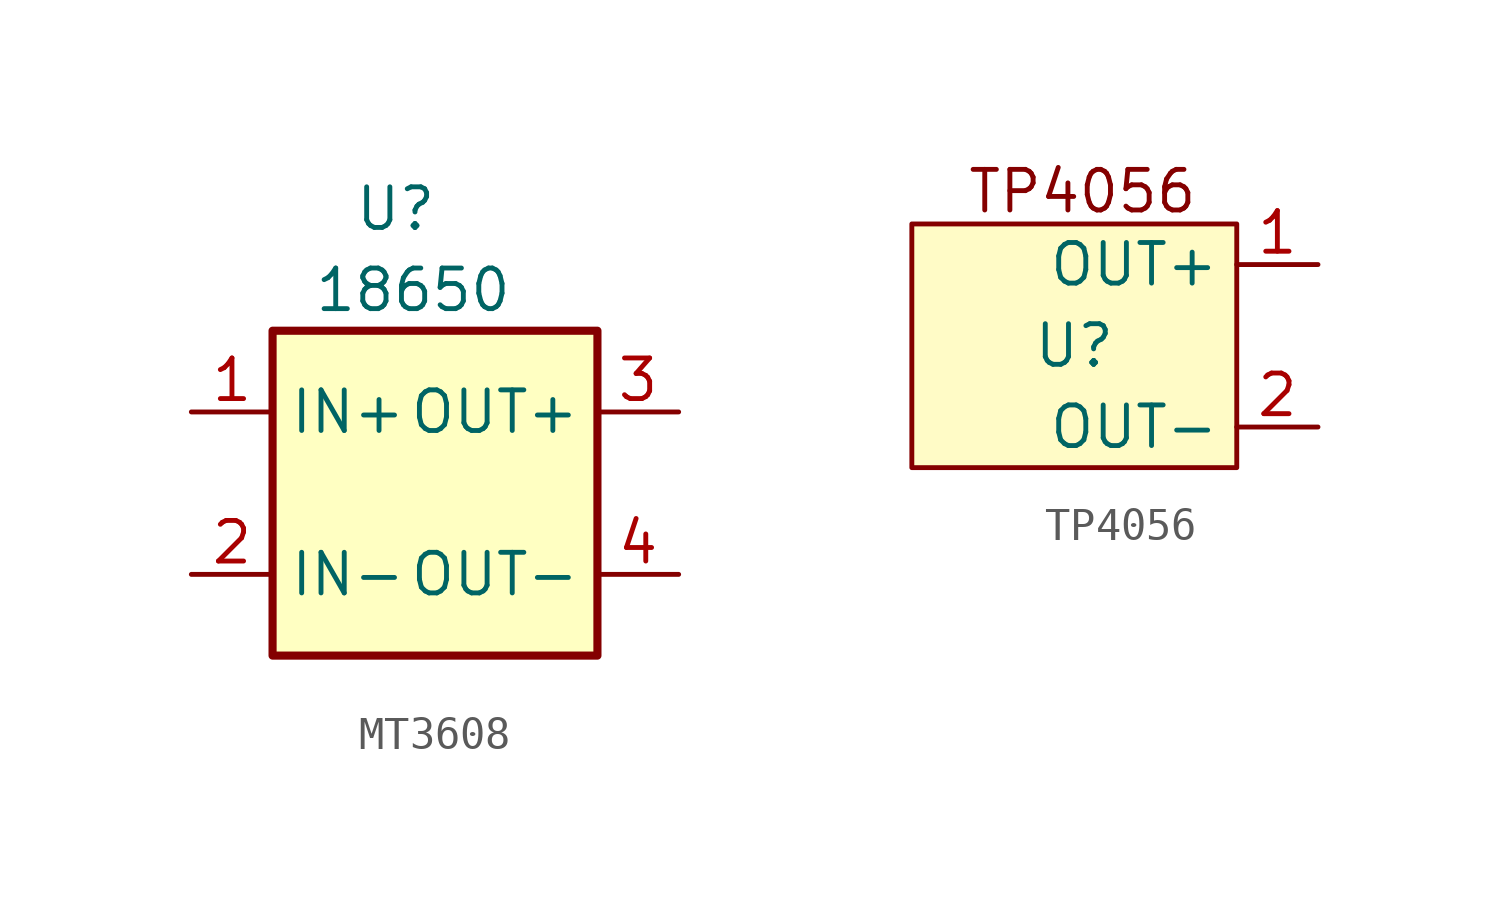
<source format=kicad_sym>
(kicad_symbol_lib
  (version 20231120)
  (generator "kicad_symbol_editor")
  (generator_version "8.0")
  (symbol "MT3608"
    (property "Reference" "U"
      (at -2.54 8.89 0)
      (effects (font (size 1.27 1.27)) (justify left)))
    (property "Value" "18650"
      (at -3.81 6.35 0)
      (effects (font (size 1.27 1.27)) (justify left)))
    (symbol "MT3608_0_1"
      (rectangle (start -5.08 5.08) (end 5.08 -5.08) (stroke (width 0.254) (type default)) (fill (type background))))
    (symbol "MT3608_1_1"
      (pin power_in line (at -7.62 2.54 0) (length 2.54) (name "IN+" (effects (font (size 1.27 1.27)))) (number "1" (effects (font (size 1.27 1.27)))))
      (pin input line (at -7.62 -2.54 0) (length 2.54) (name "IN-" (effects (font (size 1.27 1.27)))) (number "2" (effects (font (size 1.27 1.27)))))
      (pin passive line (at 7.62 2.54 180) (length 2.54) (name "OUT+" (effects (font (size 1.27 1.27)))) (number "3" (effects (font (size 1.27 1.27)))))
      (pin input line (at 7.62 -2.54 180) (length 2.54) (name "OUT-" (effects (font (size 1.27 1.27)))) (number "4" (effects (font (size 1.27 1.27)))))
      (pin no_connect line (at 5.08 0 180) (length 2.54) hide (name "NC" (effects (font (size 1.27 1.27)))) (number "6" (effects (font (size 1.27 1.27)))))))
  (symbol "TP4056"
    (property "Reference" "U"
      (at 0 0 0)
      (effects (font (size 1.27 1.27))))
    (property "Value" ""
      (at 0 0 0)
      (effects (font (size 1.27 1.27))))
    (symbol "TP4056_1_1"
      (rectangle (start -5.08 3.81) (end 5.08 -3.81) (stroke (width 0) (type default)) (fill (type color) (color 255 251 198 1)))
      (text "TP4056\n" (at 0.254 4.826 0) (effects (font (size 1.27 1.27))))
      (pin output line (at 7.62 2.54 180) (length 2.54) (name "OUT+" (effects (font (size 1.27 1.27)))) (number "1" (effects (font (size 1.27 1.27)))))
      (pin output line (at 7.62 -2.54 180) (length 2.54) (name "OUT-" (effects (font (size 1.27 1.27)))) (number "2" (effects (font (size 1.27 1.27))))))))
</source>
